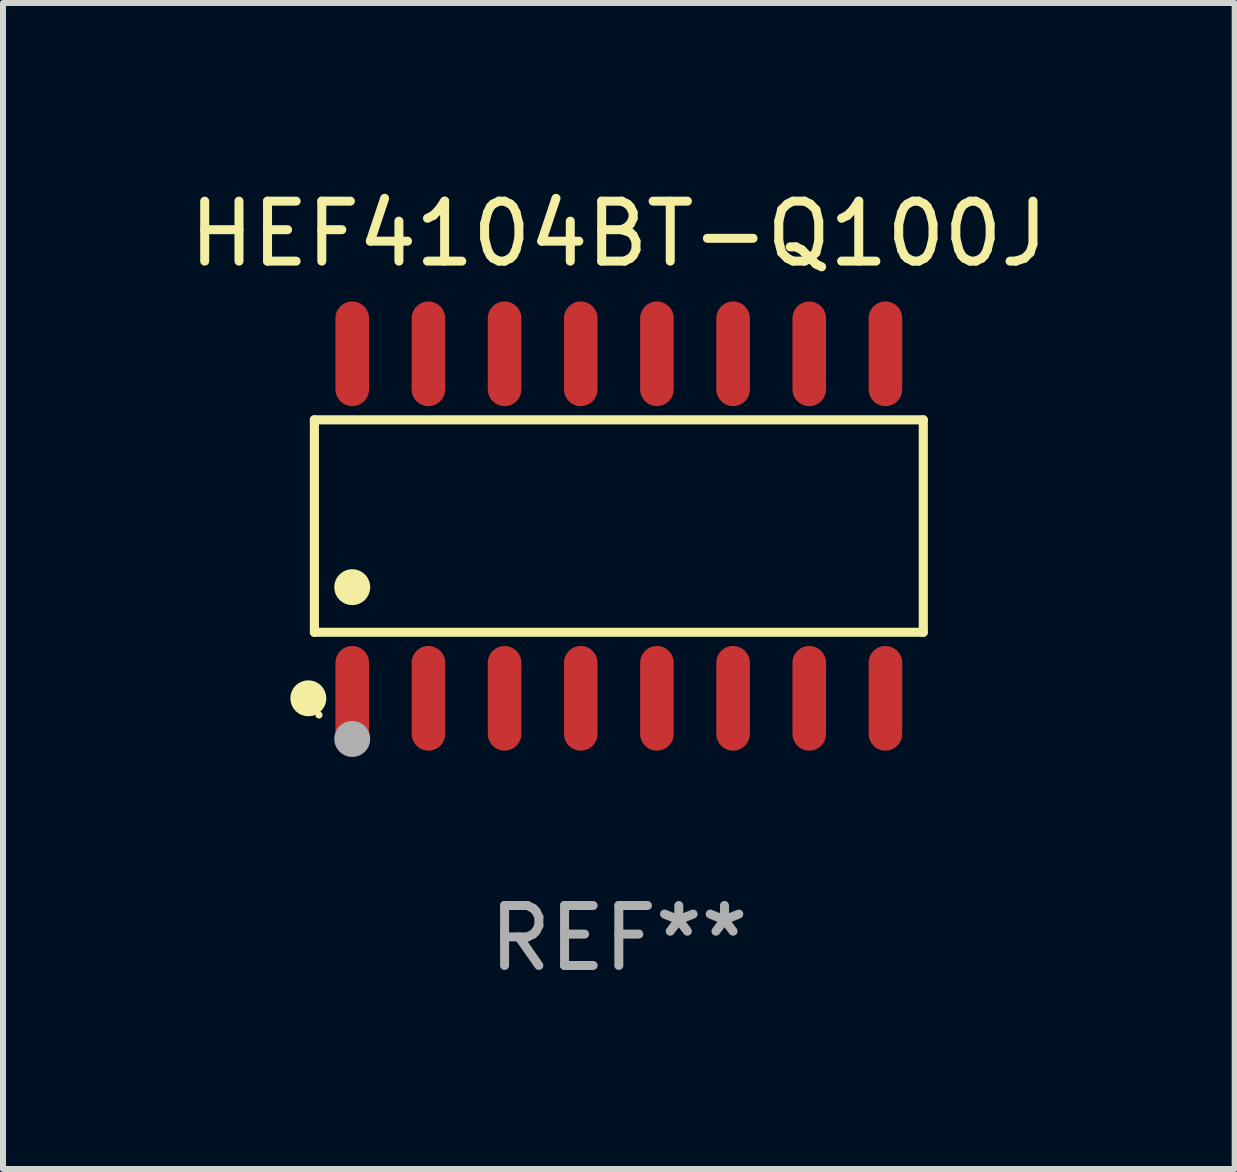
<source format=kicad_pcb>
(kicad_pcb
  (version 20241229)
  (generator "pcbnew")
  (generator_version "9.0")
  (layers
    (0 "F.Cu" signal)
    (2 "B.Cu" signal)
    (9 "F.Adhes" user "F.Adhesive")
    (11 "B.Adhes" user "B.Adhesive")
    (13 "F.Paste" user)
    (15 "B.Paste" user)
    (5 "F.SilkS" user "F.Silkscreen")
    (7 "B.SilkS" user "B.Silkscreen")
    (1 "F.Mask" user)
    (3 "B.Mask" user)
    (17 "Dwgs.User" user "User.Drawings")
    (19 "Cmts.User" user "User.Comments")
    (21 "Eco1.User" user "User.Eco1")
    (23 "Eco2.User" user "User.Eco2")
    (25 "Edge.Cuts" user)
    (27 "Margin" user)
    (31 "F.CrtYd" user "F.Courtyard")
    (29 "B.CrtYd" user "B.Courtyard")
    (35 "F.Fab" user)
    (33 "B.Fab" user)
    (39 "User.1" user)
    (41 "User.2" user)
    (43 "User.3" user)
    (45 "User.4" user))
  (footprint "HEF4104BT-Q100J"
    (layer "F.Cu")
    (at 7.268 5.721)
    (property "Reference" "HEF4104BT-Q100J" (at 0 -4.872 0) (layer "F.SilkS") (effects (font (size 1 1) (thickness 0.15))))
    (attr through_hole)
    (fp_line (start -5.076 -1.771) (end 5.076 -1.771) (stroke (width 0.152) (type solid)) (layer "F.SilkS"))
    (fp_line (start -5.076 1.771) (end -5.076 -1.771) (stroke (width 0.152) (type solid)) (layer "F.SilkS"))
    (fp_line (start 5.076 -1.771) (end 5.076 1.771) (stroke (width 0.152) (type solid)) (layer "F.SilkS"))
    (fp_line (start 5.076 1.771) (end -5.076 1.771) (stroke (width 0.152) (type solid)) (layer "F.SilkS"))
    (fp_circle (center -5.177 2.872) (end -5.027 2.872) (stroke (width 0.3) (type solid)) (fill no) (layer "F.SilkS"))
    (fp_circle (center -5 3.15) (end -4.97 3.15) (stroke (width 0.06) (type solid)) (fill no) (layer "F.SilkS"))
    (fp_circle (center -4.445 1.019) (end -4.295 1.019) (stroke (width 0.3) (type solid)) (fill no) (layer "F.SilkS"))
    (fp_circle (center -4.445 3.55) (end -4.295 3.55) (stroke (width 0.3) (type solid)) (fill no) (layer "F.Fab"))
    (fp_text user "REF**" (at 0 6.872 0) (layer "F.Fab") (effects (font (size 1 1) (thickness 0.15))))
    (pad "1" smd oval (at -4.445 2.872) (size 0.56 1.745) (layers "F.Cu" "F.Mask" "F.Paste"))
    (pad "2" smd oval (at -3.175 2.872) (size 0.56 1.745) (layers "F.Cu" "F.Mask" "F.Paste"))
    (pad "3" smd oval (at -1.905 2.872) (size 0.56 1.745) (layers "F.Cu" "F.Mask" "F.Paste"))
    (pad "4" smd oval (at -0.635 2.872) (size 0.56 1.745) (layers "F.Cu" "F.Mask" "F.Paste"))
    (pad "5" smd oval (at 0.635 2.872) (size 0.56 1.745) (layers "F.Cu" "F.Mask" "F.Paste"))
    (pad "6" smd oval (at 1.905 2.872) (size 0.56 1.745) (layers "F.Cu" "F.Mask" "F.Paste"))
    (pad "7" smd oval (at 3.175 2.872) (size 0.56 1.745) (layers "F.Cu" "F.Mask" "F.Paste"))
    (pad "8" smd oval (at 4.445 2.872) (size 0.56 1.745) (layers "F.Cu" "F.Mask" "F.Paste"))
    (pad "9" smd oval (at 4.445 -2.872) (size 0.56 1.745) (layers "F.Cu" "F.Mask" "F.Paste"))
    (pad "10" smd oval (at 3.175 -2.872) (size 0.56 1.745) (layers "F.Cu" "F.Mask" "F.Paste"))
    (pad "11" smd oval (at 1.905 -2.872) (size 0.56 1.745) (layers "F.Cu" "F.Mask" "F.Paste"))
    (pad "12" smd oval (at 0.635 -2.872) (size 0.56 1.745) (layers "F.Cu" "F.Mask" "F.Paste"))
    (pad "13" smd oval (at -0.635 -2.872) (size 0.56 1.745) (layers "F.Cu" "F.Mask" "F.Paste"))
    (pad "14" smd oval (at -1.905 -2.872) (size 0.56 1.745) (layers "F.Cu" "F.Mask" "F.Paste"))
    (pad "15" smd oval (at -3.175 -2.872) (size 0.56 1.745) (layers "F.Cu" "F.Mask" "F.Paste"))
    (pad "16" smd oval (at -4.445 -2.872) (size 0.56 1.745) (layers "F.Cu" "F.Mask" "F.Paste")))
  (gr_rect
    (start -3 -3)
    (end 17.536 16.441)
    (stroke (width 0.1) (type default))
    (fill no)
    (layer "Edge.Cuts")))
</source>
